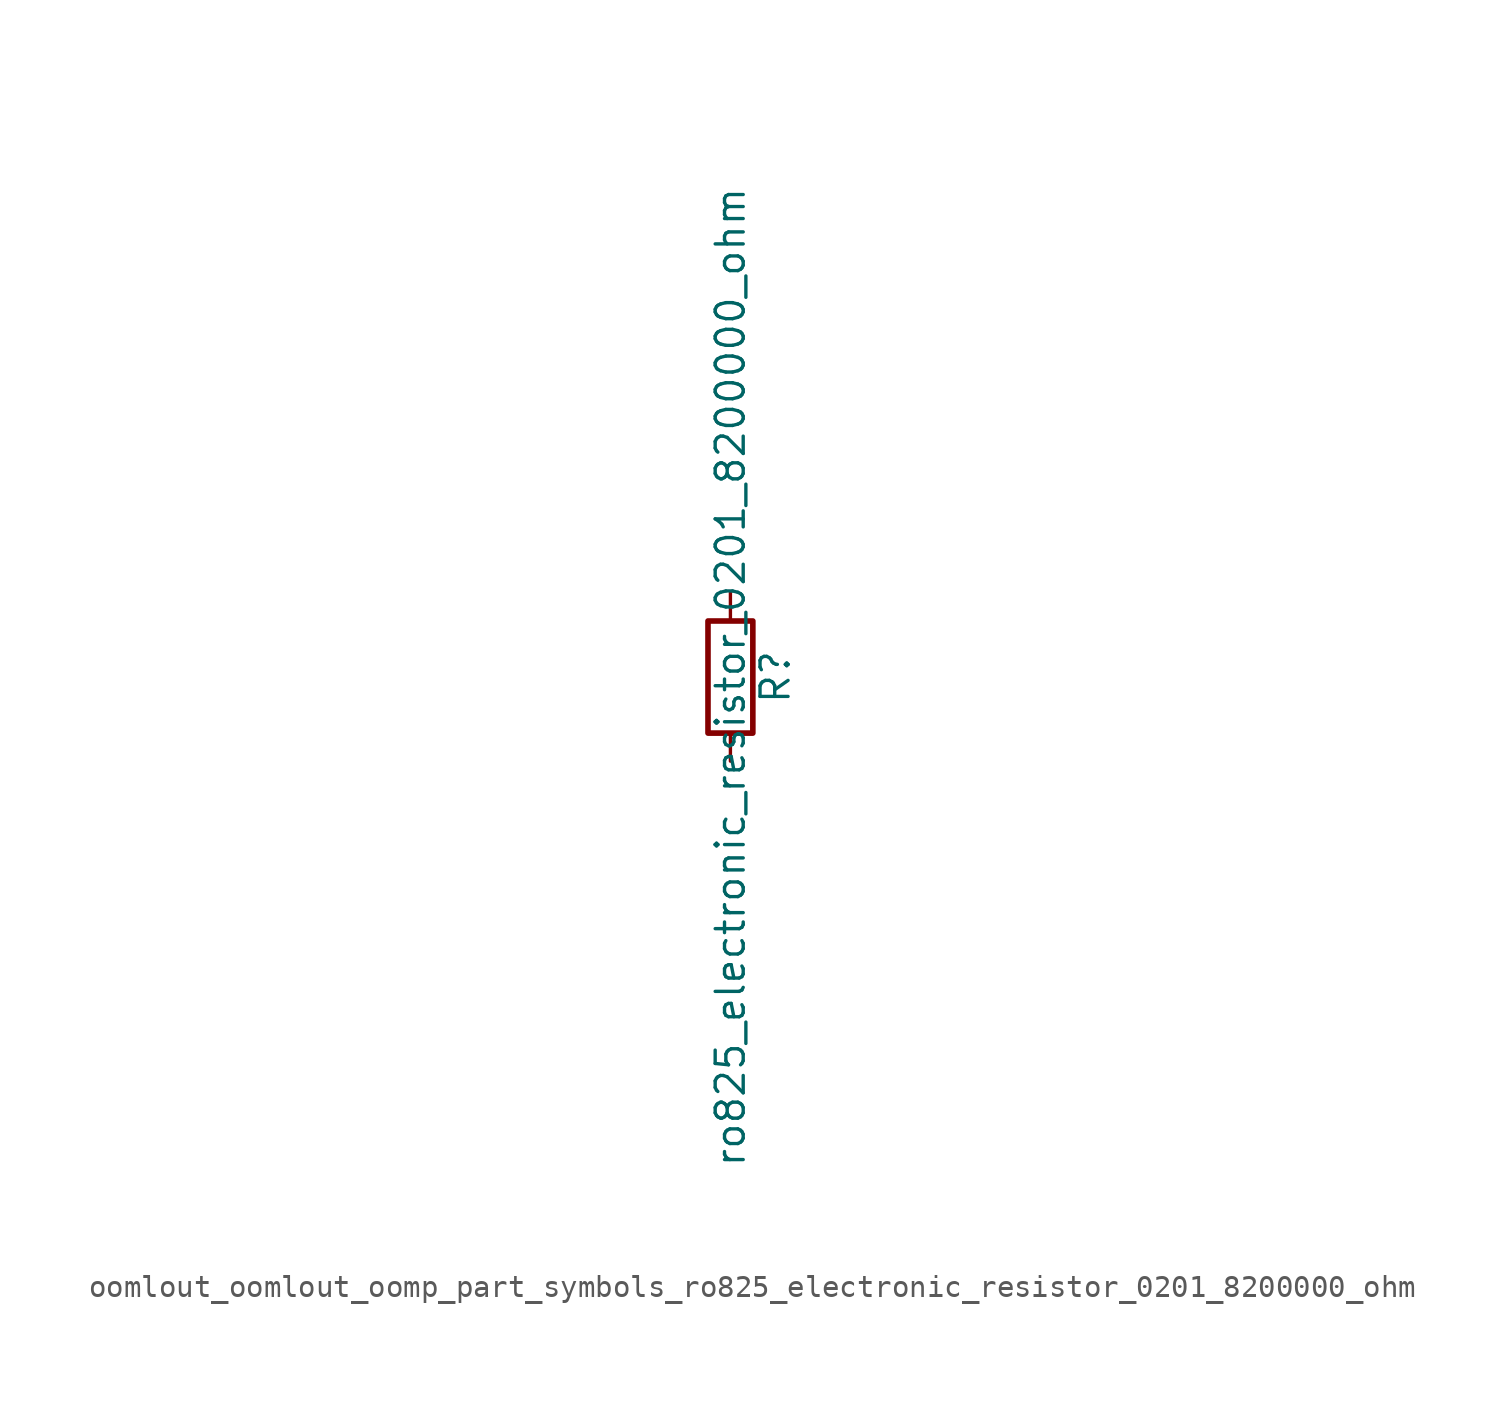
<source format=kicad_sym>
(kicad_symbol_lib
  (version 20220914)
  (generator kicad_symbol_editor)
  (symbol "oomlout_oomlout_oomp_part_symbols_ro825_electronic_resistor_0201_8200000_ohm"
    (pin_numbers hide)
    (pin_names
      (offset 0))
    (property "Reference" "R"
      (at 2.032 0 90)
      (effects (font (size 1.27 1.27))))
    (property "Value" "ro825_electronic_resistor_0201_8200000_ohm"
      (at 0 0 90)
      (effects (font (size 1.27 1.27))))
    (symbol "oomlout_oomlout_oomp_part_symbols_ro825_electronic_resistor_0201_8200000_ohm_0_1"
      (rectangle (start -1.016 -2.54) (end 1.016 2.54) (stroke (width 0.254) (type default)) (fill (type none))))
    (symbol "oomlout_oomlout_oomp_part_symbols_ro825_electronic_resistor_0201_8200000_ohm_1_1"
      (pin passive line (at 0 3.81 270) (length 1.27) (name "~" (effects (font (size 1.27 1.27)))) (number "1" (effects (font (size 1.27 1.27)))))
      (pin passive line (at 0 -3.81 90) (length 1.27) (name "~" (effects (font (size 1.27 1.27)))) (number "2" (effects (font (size 1.27 1.27))))))))
</source>
